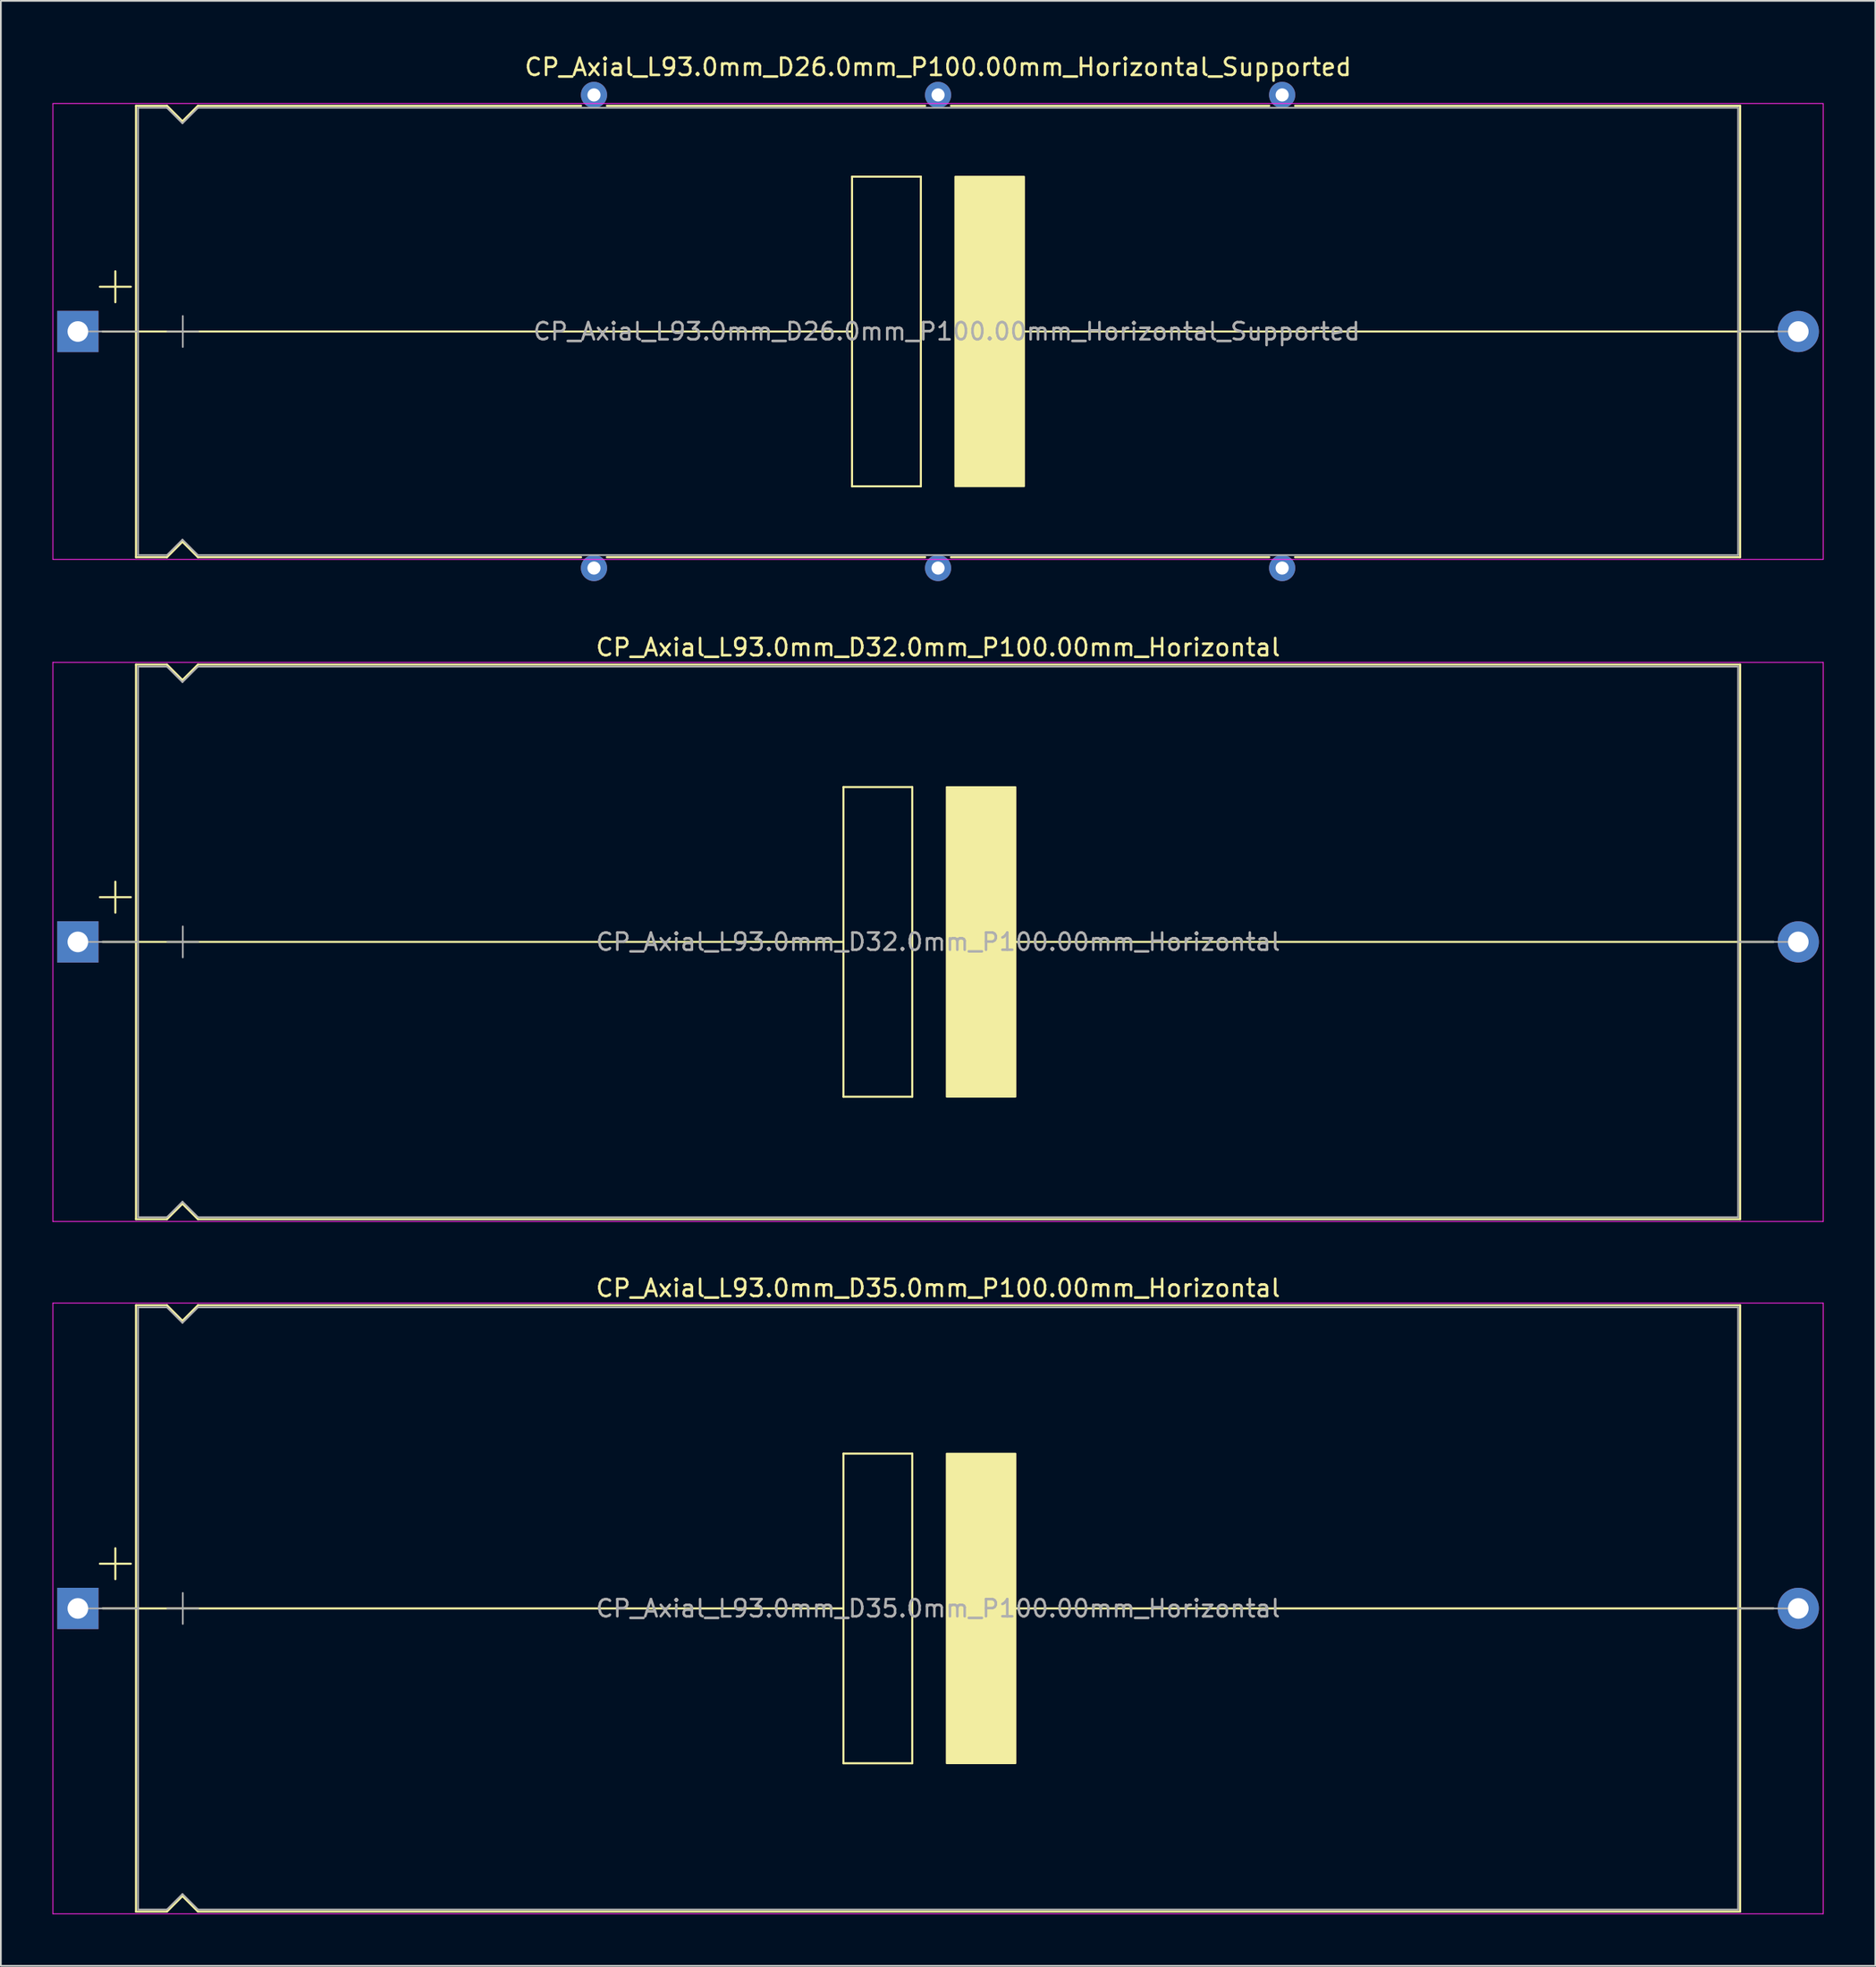
<source format=kicad_pcb>
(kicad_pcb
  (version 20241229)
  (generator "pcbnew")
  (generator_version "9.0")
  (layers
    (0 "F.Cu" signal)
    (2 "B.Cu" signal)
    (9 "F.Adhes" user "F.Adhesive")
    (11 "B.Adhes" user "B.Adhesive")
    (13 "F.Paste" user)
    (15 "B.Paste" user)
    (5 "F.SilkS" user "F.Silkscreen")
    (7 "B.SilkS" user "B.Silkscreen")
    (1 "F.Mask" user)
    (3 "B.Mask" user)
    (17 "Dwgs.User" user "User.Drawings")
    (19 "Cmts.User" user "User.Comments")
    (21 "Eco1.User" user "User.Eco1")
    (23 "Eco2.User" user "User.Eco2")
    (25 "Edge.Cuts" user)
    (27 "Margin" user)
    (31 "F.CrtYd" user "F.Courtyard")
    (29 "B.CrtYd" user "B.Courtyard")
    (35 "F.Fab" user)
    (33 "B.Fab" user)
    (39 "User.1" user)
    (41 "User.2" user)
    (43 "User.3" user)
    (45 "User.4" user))
  (footprint "CP_Axial_L93.0mm_D26.0mm_P100.00mm_Horizontal_Supported"
    (layer "F.Cu")
    (at 1.475 16.218)
    (property "Reference" "CP_Axial_L93.0mm_D26.0mm_P100.00mm_Horizontal_Supported" (at 50 -15.37 0) (layer "F.SilkS") (effects (font (size 1 1) (thickness 0.15))))
    (attr through_hole)
    (fp_line (start 1.28 -2.6) (end 3.08 -2.6) (stroke (width 0.12) (type solid)) (layer "F.SilkS"))
    (fp_line (start 1.44 0) (end 3.38 0) (stroke (width 0.12) (type solid)) (layer "F.SilkS"))
    (fp_line (start 2.18 -3.5) (end 2.18 -1.7) (stroke (width 0.12) (type solid)) (layer "F.SilkS"))
    (fp_line (start 3.38 -13.12) (end 3.38 13.12) (stroke (width 0.12) (type solid)) (layer "F.SilkS"))
    (fp_line (start 3.38 -13.12) (end 5.18 -13.12) (stroke (width 0.12) (type solid)) (layer "F.SilkS"))
    (fp_line (start 3.38 0) (end 45 0) (stroke (width 0.12) (type solid)) (layer "F.SilkS"))
    (fp_line (start 3.38 13.12) (end 5.18 13.12) (stroke (width 0.12) (type solid)) (layer "F.SilkS"))
    (fp_line (start 5.18 -13.12) (end 6.08 -12.22) (stroke (width 0.12) (type solid)) (layer "F.SilkS"))
    (fp_line (start 5.18 13.12) (end 6.08 12.22) (stroke (width 0.12) (type solid)) (layer "F.SilkS"))
    (fp_line (start 6.08 -12.22) (end 6.98 -13.12) (stroke (width 0.12) (type solid)) (layer "F.SilkS"))
    (fp_line (start 6.08 12.22) (end 6.98 13.12) (stroke (width 0.12) (type solid)) (layer "F.SilkS"))
    (fp_line (start 6.98 -13.12) (end 29.25 -13.12) (stroke (width 0.12) (type solid)) (layer "F.SilkS"))
    (fp_line (start 6.98 13.12) (end 29.25 13.12) (stroke (width 0.12) (type solid)) (layer "F.SilkS"))
    (fp_line (start 30.75 -13.12) (end 49.25 -13.12) (stroke (width 0.12) (type solid)) (layer "F.SilkS"))
    (fp_line (start 30.75 13.12) (end 49.25 13.12) (stroke (width 0.12) (type solid)) (layer "F.SilkS"))
    (fp_line (start 45 -9) (end 49 -9) (stroke (width 0.12) (type solid)) (layer "F.SilkS"))
    (fp_line (start 45 9) (end 45 -9) (stroke (width 0.12) (type solid)) (layer "F.SilkS"))
    (fp_line (start 49 -9) (end 49 9) (stroke (width 0.12) (type solid)) (layer "F.SilkS"))
    (fp_line (start 49 9) (end 45 9) (stroke (width 0.12) (type solid)) (layer "F.SilkS"))
    (fp_line (start 50.75 -13.12) (end 69.25 -13.12) (stroke (width 0.12) (type solid)) (layer "F.SilkS"))
    (fp_line (start 50.75 13.12) (end 69.25 13.12) (stroke (width 0.12) (type solid)) (layer "F.SilkS"))
    (fp_line (start 54.5 0) (end 96.62 0) (stroke (width 0.12) (type solid)) (layer "F.SilkS"))
    (fp_line (start 70.75 -13.12) (end 96.62 -13.12) (stroke (width 0.12) (type solid)) (layer "F.SilkS"))
    (fp_line (start 70.75 13.12) (end 96.62 13.12) (stroke (width 0.12) (type solid)) (layer "F.SilkS"))
    (fp_line (start 96.62 -13.12) (end 96.62 13.12) (stroke (width 0.12) (type solid)) (layer "F.SilkS"))
    (fp_line (start 98.56 0) (end 96.62 0) (stroke (width 0.12) (type solid)) (layer "F.SilkS"))
    (fp_poly (pts (xy 55 9) (xy 51 9) (xy 51 -9) (xy 55 -9)) (stroke (width 0.1) (type solid)) (fill yes) (layer "F.SilkS"))
    (fp_line (start -1.45 -13.25) (end -1.45 13.25) (stroke (width 0.05) (type solid)) (layer "F.CrtYd"))
    (fp_line (start -1.45 13.25) (end 101.45 13.25) (stroke (width 0.05) (type solid)) (layer "F.CrtYd"))
    (fp_line (start 101.45 -13.25) (end -1.45 -13.25) (stroke (width 0.05) (type solid)) (layer "F.CrtYd"))
    (fp_line (start 101.45 13.25) (end 101.45 -13.25) (stroke (width 0.05) (type solid)) (layer "F.CrtYd"))
    (fp_line (start 0 0) (end 3.5 0) (stroke (width 0.1) (type solid)) (layer "F.Fab"))
    (fp_line (start 3.5 -13) (end 3.5 13) (stroke (width 0.1) (type solid)) (layer "F.Fab"))
    (fp_line (start 3.5 -13) (end 5.18 -13) (stroke (width 0.1) (type solid)) (layer "F.Fab"))
    (fp_line (start 3.5 13) (end 5.18 13) (stroke (width 0.1) (type solid)) (layer "F.Fab"))
    (fp_line (start 5.18 -13) (end 6.08 -12.1) (stroke (width 0.1) (type solid)) (layer "F.Fab"))
    (fp_line (start 5.18 13) (end 6.08 12.1) (stroke (width 0.1) (type solid)) (layer "F.Fab"))
    (fp_line (start 5.2 0) (end 7 0) (stroke (width 0.1) (type solid)) (layer "F.Fab"))
    (fp_line (start 6.08 -12.1) (end 6.98 -13) (stroke (width 0.1) (type solid)) (layer "F.Fab"))
    (fp_line (start 6.08 12.1) (end 6.98 13) (stroke (width 0.1) (type solid)) (layer "F.Fab"))
    (fp_line (start 6.1 -0.9) (end 6.1 0.9) (stroke (width 0.1) (type solid)) (layer "F.Fab"))
    (fp_line (start 6.98 -13) (end 96.5 -13) (stroke (width 0.1) (type solid)) (layer "F.Fab"))
    (fp_line (start 6.98 13) (end 96.5 13) (stroke (width 0.1) (type solid)) (layer "F.Fab"))
    (fp_line (start 96.5 -13) (end 96.5 13) (stroke (width 0.1) (type solid)) (layer "F.Fab"))
    (fp_line (start 100 0) (end 96.5 0) (stroke (width 0.1) (type solid)) (layer "F.Fab"))
    (fp_text user "${REFERENCE}" (at 50.5 0 0) (layer "F.Fab") (effects (font (size 1 1) (thickness 0.15))))
    (pad "1" thru_hole rect (at 0 0) (size 2.4 2.4) (drill 1.2) (layers "*.Cu" "*.Mask"))
    (pad "2" thru_hole oval (at 100 0) (size 2.4 2.4) (drill 1.2) (layers "*.Cu" "*.Mask"))
    (pad "~" thru_hole circle (at 30 -13.75) (size 1.524 1.524) (drill 0.762) (layers "*.Cu" "*.Mask"))
    (pad "~" thru_hole circle (at 30 13.75) (size 1.524 1.524) (drill 0.762) (layers "*.Cu" "*.Mask"))
    (pad "~" thru_hole circle (at 50 -13.75) (size 1.524 1.524) (drill 0.762) (layers "*.Cu" "*.Mask"))
    (pad "~" thru_hole circle (at 50 13.75) (size 1.524 1.524) (drill 0.762) (layers "*.Cu" "*.Mask"))
    (pad "~" thru_hole circle (at 70 -13.75) (size 1.524 1.524) (drill 0.762) (layers "*.Cu" "*.Mask"))
    (pad "~" thru_hole circle (at 70 13.75) (size 1.524 1.524) (drill 0.762) (layers "*.Cu" "*.Mask")))
  (footprint "CP_Axial_L93.0mm_D32.0mm_P100.00mm_Horizontal"
    (layer "F.Cu")
    (at 1.475 51.699)
    (property "Reference" "CP_Axial_L93.0mm_D32.0mm_P100.00mm_Horizontal" (at 50 -17.12 0) (layer "F.SilkS") (effects (font (size 1 1) (thickness 0.15))))
    (attr through_hole)
    (fp_line (start 1.28 -2.6) (end 3.08 -2.6) (stroke (width 0.12) (type solid)) (layer "F.SilkS"))
    (fp_line (start 1.44 0) (end 3.38 0) (stroke (width 0.12) (type solid)) (layer "F.SilkS"))
    (fp_line (start 2.18 -3.5) (end 2.18 -1.7) (stroke (width 0.12) (type solid)) (layer "F.SilkS"))
    (fp_line (start 3.38 -16.12) (end 3.38 16.12) (stroke (width 0.12) (type solid)) (layer "F.SilkS"))
    (fp_line (start 3.38 -16.12) (end 5.18 -16.12) (stroke (width 0.12) (type solid)) (layer "F.SilkS"))
    (fp_line (start 3.38 0) (end 44.5 0) (stroke (width 0.12) (type solid)) (layer "F.SilkS"))
    (fp_line (start 3.38 16.12) (end 5.18 16.12) (stroke (width 0.12) (type solid)) (layer "F.SilkS"))
    (fp_line (start 5.18 -16.12) (end 6.08 -15.22) (stroke (width 0.12) (type solid)) (layer "F.SilkS"))
    (fp_line (start 5.18 16.12) (end 6.08 15.22) (stroke (width 0.12) (type solid)) (layer "F.SilkS"))
    (fp_line (start 6.08 -15.22) (end 6.98 -16.12) (stroke (width 0.12) (type solid)) (layer "F.SilkS"))
    (fp_line (start 6.08 15.22) (end 6.98 16.12) (stroke (width 0.12) (type solid)) (layer "F.SilkS"))
    (fp_line (start 6.98 -16.12) (end 96.62 -16.12) (stroke (width 0.12) (type solid)) (layer "F.SilkS"))
    (fp_line (start 6.98 16.12) (end 96.62 16.12) (stroke (width 0.12) (type solid)) (layer "F.SilkS"))
    (fp_line (start 44.5 -9) (end 48.5 -9) (stroke (width 0.12) (type solid)) (layer "F.SilkS"))
    (fp_line (start 44.5 9) (end 44.5 -9) (stroke (width 0.12) (type solid)) (layer "F.SilkS"))
    (fp_line (start 48.5 -9) (end 48.5 9) (stroke (width 0.12) (type solid)) (layer "F.SilkS"))
    (fp_line (start 48.5 9) (end 44.5 9) (stroke (width 0.12) (type solid)) (layer "F.SilkS"))
    (fp_line (start 54.5 0) (end 96.62 0) (stroke (width 0.12) (type solid)) (layer "F.SilkS"))
    (fp_line (start 96.62 -16.12) (end 96.62 16.12) (stroke (width 0.12) (type solid)) (layer "F.SilkS"))
    (fp_line (start 98.56 0) (end 96.62 0) (stroke (width 0.12) (type solid)) (layer "F.SilkS"))
    (fp_poly (pts (xy 54.5 9) (xy 50.5 9) (xy 50.5 -9) (xy 54.5 -9)) (stroke (width 0.1) (type solid)) (fill yes) (layer "F.SilkS"))
    (fp_line (start -1.45 -16.25) (end -1.45 16.25) (stroke (width 0.05) (type solid)) (layer "F.CrtYd"))
    (fp_line (start -1.45 16.25) (end 101.45 16.25) (stroke (width 0.05) (type solid)) (layer "F.CrtYd"))
    (fp_line (start 101.45 -16.25) (end -1.45 -16.25) (stroke (width 0.05) (type solid)) (layer "F.CrtYd"))
    (fp_line (start 101.45 16.25) (end 101.45 -16.25) (stroke (width 0.05) (type solid)) (layer "F.CrtYd"))
    (fp_line (start 0 0) (end 3.5 0) (stroke (width 0.1) (type solid)) (layer "F.Fab"))
    (fp_line (start 3.5 -16) (end 3.5 16) (stroke (width 0.1) (type solid)) (layer "F.Fab"))
    (fp_line (start 3.5 -16) (end 5.18 -16) (stroke (width 0.1) (type solid)) (layer "F.Fab"))
    (fp_line (start 3.5 16) (end 5.18 16) (stroke (width 0.1) (type solid)) (layer "F.Fab"))
    (fp_line (start 5.18 -16) (end 6.08 -15.1) (stroke (width 0.1) (type solid)) (layer "F.Fab"))
    (fp_line (start 5.18 16) (end 6.08 15.1) (stroke (width 0.1) (type solid)) (layer "F.Fab"))
    (fp_line (start 5.2 0) (end 7 0) (stroke (width 0.1) (type solid)) (layer "F.Fab"))
    (fp_line (start 6.08 -15.1) (end 6.98 -16) (stroke (width 0.1) (type solid)) (layer "F.Fab"))
    (fp_line (start 6.08 15.1) (end 6.98 16) (stroke (width 0.1) (type solid)) (layer "F.Fab"))
    (fp_line (start 6.1 -0.9) (end 6.1 0.9) (stroke (width 0.1) (type solid)) (layer "F.Fab"))
    (fp_line (start 6.98 -16) (end 96.5 -16) (stroke (width 0.1) (type solid)) (layer "F.Fab"))
    (fp_line (start 6.98 16) (end 96.5 16) (stroke (width 0.1) (type solid)) (layer "F.Fab"))
    (fp_line (start 96.5 -16) (end 96.5 16) (stroke (width 0.1) (type solid)) (layer "F.Fab"))
    (fp_line (start 100 0) (end 96.5 0) (stroke (width 0.1) (type solid)) (layer "F.Fab"))
    (fp_text user "${REFERENCE}" (at 50 0 0) (layer "F.Fab") (effects (font (size 1 1) (thickness 0.15))))
    (pad "1" thru_hole rect (at 0 0) (size 2.4 2.4) (drill 1.2) (layers "*.Cu" "*.Mask"))
    (pad "2" thru_hole oval (at 100 0) (size 2.4 2.4) (drill 1.2) (layers "*.Cu" "*.Mask")))
  (footprint "CP_Axial_L93.0mm_D35.0mm_P100.00mm_Horizontal"
    (layer "F.Cu")
    (at 1.475 90.442)
    (property "Reference" "CP_Axial_L93.0mm_D35.0mm_P100.00mm_Horizontal" (at 50 -18.62 0) (layer "F.SilkS") (effects (font (size 1 1) (thickness 0.15))))
    (attr through_hole)
    (fp_line (start 1.28 -2.6) (end 3.08 -2.6) (stroke (width 0.12) (type solid)) (layer "F.SilkS"))
    (fp_line (start 1.44 0) (end 3.38 0) (stroke (width 0.12) (type solid)) (layer "F.SilkS"))
    (fp_line (start 2.18 -3.5) (end 2.18 -1.7) (stroke (width 0.12) (type solid)) (layer "F.SilkS"))
    (fp_line (start 3.38 -17.62) (end 3.38 17.62) (stroke (width 0.12) (type solid)) (layer "F.SilkS"))
    (fp_line (start 3.38 -17.62) (end 5.18 -17.62) (stroke (width 0.12) (type solid)) (layer "F.SilkS"))
    (fp_line (start 3.38 0) (end 44.5 0) (stroke (width 0.12) (type solid)) (layer "F.SilkS"))
    (fp_line (start 3.38 17.62) (end 5.18 17.62) (stroke (width 0.12) (type solid)) (layer "F.SilkS"))
    (fp_line (start 5.18 -17.62) (end 6.08 -16.72) (stroke (width 0.12) (type solid)) (layer "F.SilkS"))
    (fp_line (start 5.18 17.62) (end 6.08 16.72) (stroke (width 0.12) (type solid)) (layer "F.SilkS"))
    (fp_line (start 6.08 -16.72) (end 6.98 -17.62) (stroke (width 0.12) (type solid)) (layer "F.SilkS"))
    (fp_line (start 6.08 16.72) (end 6.98 17.62) (stroke (width 0.12) (type solid)) (layer "F.SilkS"))
    (fp_line (start 6.98 -17.62) (end 96.62 -17.62) (stroke (width 0.12) (type solid)) (layer "F.SilkS"))
    (fp_line (start 6.98 17.62) (end 96.62 17.62) (stroke (width 0.12) (type solid)) (layer "F.SilkS"))
    (fp_line (start 44.5 -9) (end 48.5 -9) (stroke (width 0.12) (type solid)) (layer "F.SilkS"))
    (fp_line (start 44.5 9) (end 44.5 -9) (stroke (width 0.12) (type solid)) (layer "F.SilkS"))
    (fp_line (start 48.5 -9) (end 48.5 9) (stroke (width 0.12) (type solid)) (layer "F.SilkS"))
    (fp_line (start 48.5 9) (end 44.5 9) (stroke (width 0.12) (type solid)) (layer "F.SilkS"))
    (fp_line (start 54.5 0) (end 96.62 0) (stroke (width 0.12) (type solid)) (layer "F.SilkS"))
    (fp_line (start 96.62 -17.62) (end 96.62 17.62) (stroke (width 0.12) (type solid)) (layer "F.SilkS"))
    (fp_line (start 98.56 0) (end 96.62 0) (stroke (width 0.12) (type solid)) (layer "F.SilkS"))
    (fp_poly (pts (xy 54.5 9) (xy 50.5 9) (xy 50.5 -9) (xy 54.5 -9)) (stroke (width 0.1) (type solid)) (fill yes) (layer "F.SilkS"))
    (fp_line (start -1.45 -17.75) (end -1.45 17.75) (stroke (width 0.05) (type solid)) (layer "F.CrtYd"))
    (fp_line (start -1.45 17.75) (end 101.45 17.75) (stroke (width 0.05) (type solid)) (layer "F.CrtYd"))
    (fp_line (start 101.45 -17.75) (end -1.45 -17.75) (stroke (width 0.05) (type solid)) (layer "F.CrtYd"))
    (fp_line (start 101.45 17.75) (end 101.45 -17.75) (stroke (width 0.05) (type solid)) (layer "F.CrtYd"))
    (fp_line (start 0 0) (end 3.5 0) (stroke (width 0.1) (type solid)) (layer "F.Fab"))
    (fp_line (start 3.5 -17.5) (end 3.5 17.5) (stroke (width 0.1) (type solid)) (layer "F.Fab"))
    (fp_line (start 3.5 -17.5) (end 5.18 -17.5) (stroke (width 0.1) (type solid)) (layer "F.Fab"))
    (fp_line (start 3.5 17.5) (end 5.18 17.5) (stroke (width 0.1) (type solid)) (layer "F.Fab"))
    (fp_line (start 5.18 -17.5) (end 6.08 -16.6) (stroke (width 0.1) (type solid)) (layer "F.Fab"))
    (fp_line (start 5.18 17.5) (end 6.08 16.6) (stroke (width 0.1) (type solid)) (layer "F.Fab"))
    (fp_line (start 5.2 0) (end 7 0) (stroke (width 0.1) (type solid)) (layer "F.Fab"))
    (fp_line (start 6.08 -16.6) (end 6.98 -17.5) (stroke (width 0.1) (type solid)) (layer "F.Fab"))
    (fp_line (start 6.08 16.6) (end 6.98 17.5) (stroke (width 0.1) (type solid)) (layer "F.Fab"))
    (fp_line (start 6.1 -0.9) (end 6.1 0.9) (stroke (width 0.1) (type solid)) (layer "F.Fab"))
    (fp_line (start 6.98 -17.5) (end 96.5 -17.5) (stroke (width 0.1) (type solid)) (layer "F.Fab"))
    (fp_line (start 6.98 17.5) (end 96.5 17.5) (stroke (width 0.1) (type solid)) (layer "F.Fab"))
    (fp_line (start 96.5 -17.5) (end 96.5 17.5) (stroke (width 0.1) (type solid)) (layer "F.Fab"))
    (fp_line (start 100 0) (end 96.5 0) (stroke (width 0.1) (type solid)) (layer "F.Fab"))
    (fp_text user "${REFERENCE}" (at 50 0 0) (layer "F.Fab") (effects (font (size 1 1) (thickness 0.15))))
    (pad "1" thru_hole rect (at 0 0) (size 2.4 2.4) (drill 1.2) (layers "*.Cu" "*.Mask"))
    (pad "2" thru_hole oval (at 100 0) (size 2.4 2.4) (drill 1.2) (layers "*.Cu" "*.Mask")))
  (gr_rect
    (start -3 -3)
    (end 105.95 111.217)
    (stroke (width 0.1) (type default))
    (fill no)
    (layer "Edge.Cuts")))
</source>
